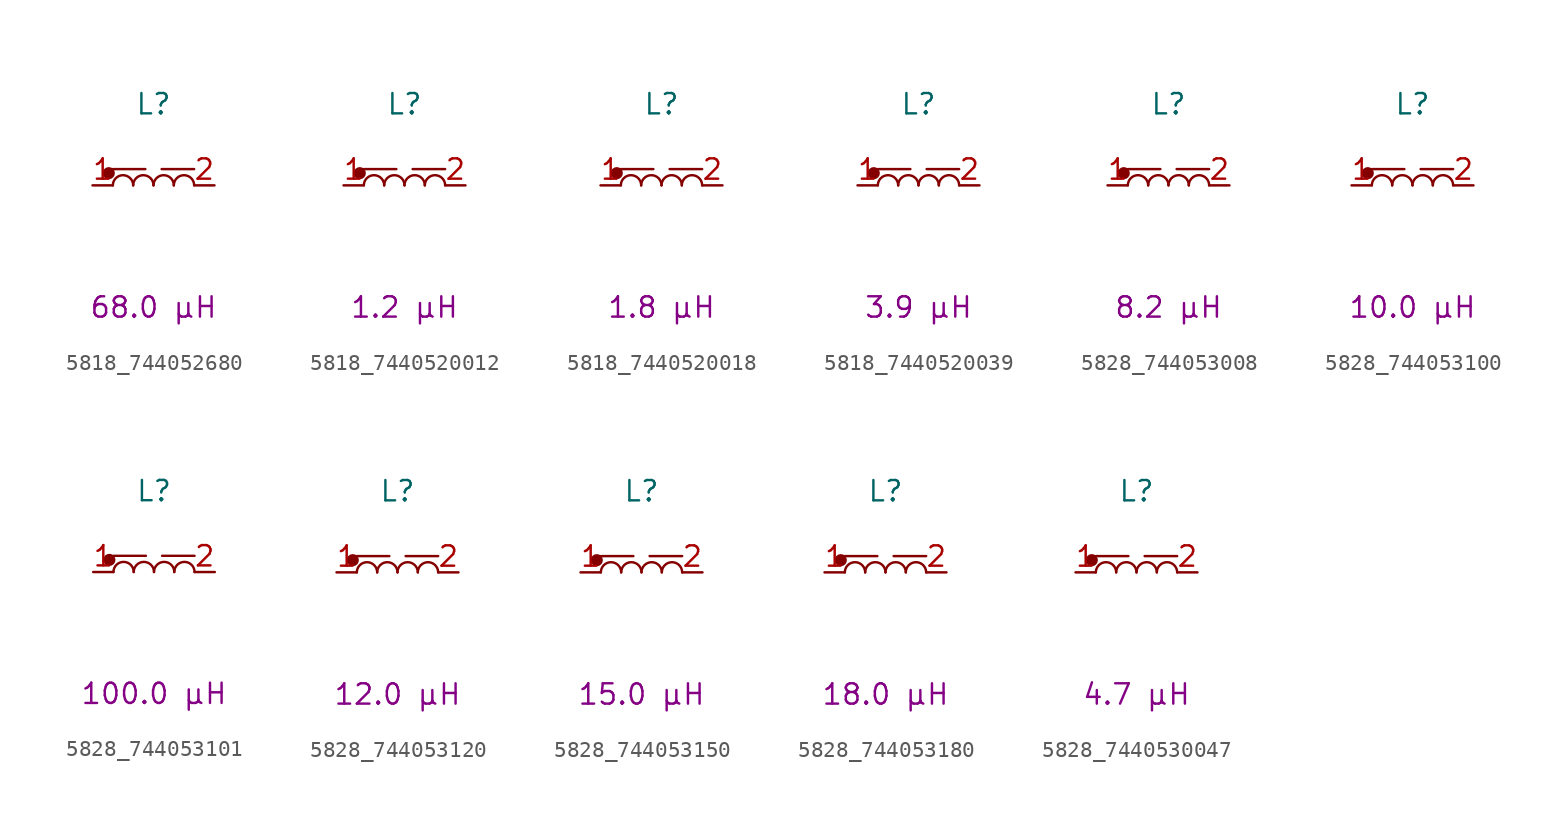
<source format=kicad_sym>
(kicad_symbol_lib
  (version 20220914)
  (generator kicad_symbol_editor)
  (symbol "5818_744052680"
    (pin_names hide)
    (property "Reference" "L"
      (at 0 5.08 0)
      (effects (font (size 1.27 1.27))))
    (property "Critical Parameter" "68.0 µH"
      (at 0 -7.62 0)
      (effects (font (size 1.27 1.27))))
    (symbol "5818_744052680_0_1"
      (arc (start -1.27 0) (mid -1.905 0.6323) (end -2.54 0) (stroke (width 0) (type default)) (fill (type none)))
      (arc (start 0 0) (mid -0.635 0.6323) (end -1.27 0) (stroke (width 0) (type default)) (fill (type none)))
      (polyline (pts (xy -2.54 1.016) (xy -0.508 1.016)) (stroke (width 0) (type default)) (fill (type none)))
      (arc (start 1.27 0) (mid 0.635 0.6323) (end 0 0) (stroke (width 0) (type default)) (fill (type none)))
      (arc (start 2.54 0) (mid 1.905 0.6323) (end 1.27 0) (stroke (width 0) (type default)) (fill (type none))))
    (symbol "5818_744052680_1_1"
      (circle (center -2.794 0.762) (radius 0.0001) (stroke (width 0.381) (type default)) (fill (type none)))
      (polyline (pts (xy 2.54 1.016) (xy 0.508 1.016)) (stroke (width 0) (type default)) (fill (type none)))
      (pin passive line (at -3.81 0 0) (length 1.27) (name "1" (effects (font (size 1.27 1.27)))) (number "1" (effects (font (size 1.27 1.27)))))
      (pin passive line (at 3.81 0 180) (length 1.27) (name "2" (effects (font (size 1.27 1.27)))) (number "2" (effects (font (size 1.27 1.27)))))))
  (symbol "5818_7440520012"
    (pin_names hide)
    (property "Reference" "L"
      (at 0 5.08 0)
      (effects (font (size 1.27 1.27))))
    (property "Critical Parameter" "1.2 µH"
      (at 0 -7.62 0)
      (effects (font (size 1.27 1.27))))
    (symbol "5818_7440520012_0_1"
      (arc (start -1.27 0) (mid -1.905 0.6323) (end -2.54 0) (stroke (width 0) (type default)) (fill (type none)))
      (arc (start 0 0) (mid -0.635 0.6323) (end -1.27 0) (stroke (width 0) (type default)) (fill (type none)))
      (polyline (pts (xy -2.54 1.016) (xy -0.508 1.016)) (stroke (width 0) (type default)) (fill (type none)))
      (arc (start 1.27 0) (mid 0.635 0.6323) (end 0 0) (stroke (width 0) (type default)) (fill (type none)))
      (arc (start 2.54 0) (mid 1.905 0.6323) (end 1.27 0) (stroke (width 0) (type default)) (fill (type none))))
    (symbol "5818_7440520012_1_1"
      (circle (center -2.794 0.762) (radius 0.0001) (stroke (width 0.381) (type default)) (fill (type none)))
      (polyline (pts (xy 2.54 1.016) (xy 0.508 1.016)) (stroke (width 0) (type default)) (fill (type none)))
      (pin passive line (at -3.81 0 0) (length 1.27) (name "1" (effects (font (size 1.27 1.27)))) (number "1" (effects (font (size 1.27 1.27)))))
      (pin passive line (at 3.81 0 180) (length 1.27) (name "2" (effects (font (size 1.27 1.27)))) (number "2" (effects (font (size 1.27 1.27)))))))
  (symbol "5818_7440520018"
    (pin_names hide)
    (property "Reference" "L"
      (at 0 5.08 0)
      (effects (font (size 1.27 1.27))))
    (property "Critical Parameter" "1.8 µH"
      (at 0 -7.62 0)
      (effects (font (size 1.27 1.27))))
    (symbol "5818_7440520018_0_1"
      (arc (start -1.27 0) (mid -1.905 0.6323) (end -2.54 0) (stroke (width 0) (type default)) (fill (type none)))
      (arc (start 0 0) (mid -0.635 0.6323) (end -1.27 0) (stroke (width 0) (type default)) (fill (type none)))
      (polyline (pts (xy -2.54 1.016) (xy -0.508 1.016)) (stroke (width 0) (type default)) (fill (type none)))
      (arc (start 1.27 0) (mid 0.635 0.6323) (end 0 0) (stroke (width 0) (type default)) (fill (type none)))
      (arc (start 2.54 0) (mid 1.905 0.6323) (end 1.27 0) (stroke (width 0) (type default)) (fill (type none))))
    (symbol "5818_7440520018_1_1"
      (circle (center -2.794 0.762) (radius 0.0001) (stroke (width 0.381) (type default)) (fill (type none)))
      (polyline (pts (xy 2.54 1.016) (xy 0.508 1.016)) (stroke (width 0) (type default)) (fill (type none)))
      (pin passive line (at -3.81 0 0) (length 1.27) (name "1" (effects (font (size 1.27 1.27)))) (number "1" (effects (font (size 1.27 1.27)))))
      (pin passive line (at 3.81 0 180) (length 1.27) (name "2" (effects (font (size 1.27 1.27)))) (number "2" (effects (font (size 1.27 1.27)))))))
  (symbol "5818_7440520039"
    (pin_names hide)
    (property "Reference" "L"
      (at 0 5.08 0)
      (effects (font (size 1.27 1.27))))
    (property "Critical Parameter" "3.9 µH"
      (at 0 -7.62 0)
      (effects (font (size 1.27 1.27))))
    (symbol "5818_7440520039_0_1"
      (arc (start -1.27 0) (mid -1.905 0.6323) (end -2.54 0) (stroke (width 0) (type default)) (fill (type none)))
      (arc (start 0 0) (mid -0.635 0.6323) (end -1.27 0) (stroke (width 0) (type default)) (fill (type none)))
      (polyline (pts (xy -2.54 1.016) (xy -0.508 1.016)) (stroke (width 0) (type default)) (fill (type none)))
      (arc (start 1.27 0) (mid 0.635 0.6323) (end 0 0) (stroke (width 0) (type default)) (fill (type none)))
      (arc (start 2.54 0) (mid 1.905 0.6323) (end 1.27 0) (stroke (width 0) (type default)) (fill (type none))))
    (symbol "5818_7440520039_1_1"
      (circle (center -2.794 0.762) (radius 0.0001) (stroke (width 0.381) (type default)) (fill (type none)))
      (polyline (pts (xy 2.54 1.016) (xy 0.508 1.016)) (stroke (width 0) (type default)) (fill (type none)))
      (pin passive line (at -3.81 0 0) (length 1.27) (name "1" (effects (font (size 1.27 1.27)))) (number "1" (effects (font (size 1.27 1.27)))))
      (pin passive line (at 3.81 0 180) (length 1.27) (name "2" (effects (font (size 1.27 1.27)))) (number "2" (effects (font (size 1.27 1.27)))))))
  (symbol "5828_744053008"
    (pin_names hide)
    (property "Reference" "L"
      (at 0 5.08 0)
      (effects (font (size 1.27 1.27))))
    (property "Critical Parameter" "8.2 µH"
      (at 0 -7.62 0)
      (effects (font (size 1.27 1.27))))
    (symbol "5828_744053008_0_1"
      (arc (start -1.27 0) (mid -1.905 0.6323) (end -2.54 0) (stroke (width 0) (type default)) (fill (type none)))
      (arc (start 0 0) (mid -0.635 0.6323) (end -1.27 0) (stroke (width 0) (type default)) (fill (type none)))
      (polyline (pts (xy -2.54 1.016) (xy -0.508 1.016)) (stroke (width 0) (type default)) (fill (type none)))
      (arc (start 1.27 0) (mid 0.635 0.6323) (end 0 0) (stroke (width 0) (type default)) (fill (type none)))
      (arc (start 2.54 0) (mid 1.905 0.6323) (end 1.27 0) (stroke (width 0) (type default)) (fill (type none))))
    (symbol "5828_744053008_1_1"
      (circle (center -2.794 0.762) (radius 0.0001) (stroke (width 0.381) (type default)) (fill (type none)))
      (polyline (pts (xy 2.54 1.016) (xy 0.508 1.016)) (stroke (width 0) (type default)) (fill (type none)))
      (pin passive line (at -3.81 0 0) (length 1.27) (name "1" (effects (font (size 1.27 1.27)))) (number "1" (effects (font (size 1.27 1.27)))))
      (pin passive line (at 3.81 0 180) (length 1.27) (name "2" (effects (font (size 1.27 1.27)))) (number "2" (effects (font (size 1.27 1.27)))))))
  (symbol "5828_744053100"
    (pin_names hide)
    (property "Reference" "L"
      (at 0 5.08 0)
      (effects (font (size 1.27 1.27))))
    (property "Critical Parameter" "10.0 µH"
      (at 0 -7.62 0)
      (effects (font (size 1.27 1.27))))
    (symbol "5828_744053100_0_1"
      (arc (start -1.27 0) (mid -1.905 0.6323) (end -2.54 0) (stroke (width 0) (type default)) (fill (type none)))
      (arc (start 0 0) (mid -0.635 0.6323) (end -1.27 0) (stroke (width 0) (type default)) (fill (type none)))
      (polyline (pts (xy -2.54 1.016) (xy -0.508 1.016)) (stroke (width 0) (type default)) (fill (type none)))
      (arc (start 1.27 0) (mid 0.635 0.6323) (end 0 0) (stroke (width 0) (type default)) (fill (type none)))
      (arc (start 2.54 0) (mid 1.905 0.6323) (end 1.27 0) (stroke (width 0) (type default)) (fill (type none))))
    (symbol "5828_744053100_1_1"
      (circle (center -2.794 0.762) (radius 0.0001) (stroke (width 0.381) (type default)) (fill (type none)))
      (polyline (pts (xy 2.54 1.016) (xy 0.508 1.016)) (stroke (width 0) (type default)) (fill (type none)))
      (pin passive line (at -3.81 0 0) (length 1.27) (name "1" (effects (font (size 1.27 1.27)))) (number "1" (effects (font (size 1.27 1.27)))))
      (pin passive line (at 3.81 0 180) (length 1.27) (name "2" (effects (font (size 1.27 1.27)))) (number "2" (effects (font (size 1.27 1.27)))))))
  (symbol "5828_744053101"
    (pin_names hide)
    (property "Reference" "L"
      (at 0 5.08 0)
      (effects (font (size 1.27 1.27))))
    (property "Critical Parameter" "100.0 µH"
      (at 0 -7.62 0)
      (effects (font (size 1.27 1.27))))
    (symbol "5828_744053101_0_1"
      (arc (start -1.27 0) (mid -1.905 0.6323) (end -2.54 0) (stroke (width 0) (type default)) (fill (type none)))
      (arc (start 0 0) (mid -0.635 0.6323) (end -1.27 0) (stroke (width 0) (type default)) (fill (type none)))
      (polyline (pts (xy -2.54 1.016) (xy -0.508 1.016)) (stroke (width 0) (type default)) (fill (type none)))
      (arc (start 1.27 0) (mid 0.635 0.6323) (end 0 0) (stroke (width 0) (type default)) (fill (type none)))
      (arc (start 2.54 0) (mid 1.905 0.6323) (end 1.27 0) (stroke (width 0) (type default)) (fill (type none))))
    (symbol "5828_744053101_1_1"
      (circle (center -2.794 0.762) (radius 0.0001) (stroke (width 0.381) (type default)) (fill (type none)))
      (polyline (pts (xy 2.54 1.016) (xy 0.508 1.016)) (stroke (width 0) (type default)) (fill (type none)))
      (pin passive line (at -3.81 0 0) (length 1.27) (name "1" (effects (font (size 1.27 1.27)))) (number "1" (effects (font (size 1.27 1.27)))))
      (pin passive line (at 3.81 0 180) (length 1.27) (name "2" (effects (font (size 1.27 1.27)))) (number "2" (effects (font (size 1.27 1.27)))))))
  (symbol "5828_744053120"
    (pin_names hide)
    (property "Reference" "L"
      (at 0 5.08 0)
      (effects (font (size 1.27 1.27))))
    (property "Critical Parameter" "12.0 µH"
      (at 0 -7.62 0)
      (effects (font (size 1.27 1.27))))
    (symbol "5828_744053120_0_1"
      (arc (start -1.27 0) (mid -1.905 0.6323) (end -2.54 0) (stroke (width 0) (type default)) (fill (type none)))
      (arc (start 0 0) (mid -0.635 0.6323) (end -1.27 0) (stroke (width 0) (type default)) (fill (type none)))
      (polyline (pts (xy -2.54 1.016) (xy -0.508 1.016)) (stroke (width 0) (type default)) (fill (type none)))
      (arc (start 1.27 0) (mid 0.635 0.6323) (end 0 0) (stroke (width 0) (type default)) (fill (type none)))
      (arc (start 2.54 0) (mid 1.905 0.6323) (end 1.27 0) (stroke (width 0) (type default)) (fill (type none))))
    (symbol "5828_744053120_1_1"
      (circle (center -2.794 0.762) (radius 0.0001) (stroke (width 0.381) (type default)) (fill (type none)))
      (polyline (pts (xy 2.54 1.016) (xy 0.508 1.016)) (stroke (width 0) (type default)) (fill (type none)))
      (pin passive line (at -3.81 0 0) (length 1.27) (name "1" (effects (font (size 1.27 1.27)))) (number "1" (effects (font (size 1.27 1.27)))))
      (pin passive line (at 3.81 0 180) (length 1.27) (name "2" (effects (font (size 1.27 1.27)))) (number "2" (effects (font (size 1.27 1.27)))))))
  (symbol "5828_744053150"
    (pin_names hide)
    (property "Reference" "L"
      (at 0 5.08 0)
      (effects (font (size 1.27 1.27))))
    (property "Critical Parameter" "15.0 µH"
      (at 0 -7.62 0)
      (effects (font (size 1.27 1.27))))
    (symbol "5828_744053150_0_1"
      (arc (start -1.27 0) (mid -1.905 0.6323) (end -2.54 0) (stroke (width 0) (type default)) (fill (type none)))
      (arc (start 0 0) (mid -0.635 0.6323) (end -1.27 0) (stroke (width 0) (type default)) (fill (type none)))
      (polyline (pts (xy -2.54 1.016) (xy -0.508 1.016)) (stroke (width 0) (type default)) (fill (type none)))
      (arc (start 1.27 0) (mid 0.635 0.6323) (end 0 0) (stroke (width 0) (type default)) (fill (type none)))
      (arc (start 2.54 0) (mid 1.905 0.6323) (end 1.27 0) (stroke (width 0) (type default)) (fill (type none))))
    (symbol "5828_744053150_1_1"
      (circle (center -2.794 0.762) (radius 0.0001) (stroke (width 0.381) (type default)) (fill (type none)))
      (polyline (pts (xy 2.54 1.016) (xy 0.508 1.016)) (stroke (width 0) (type default)) (fill (type none)))
      (pin passive line (at -3.81 0 0) (length 1.27) (name "1" (effects (font (size 1.27 1.27)))) (number "1" (effects (font (size 1.27 1.27)))))
      (pin passive line (at 3.81 0 180) (length 1.27) (name "2" (effects (font (size 1.27 1.27)))) (number "2" (effects (font (size 1.27 1.27)))))))
  (symbol "5828_744053180"
    (pin_names hide)
    (property "Reference" "L"
      (at 0 5.08 0)
      (effects (font (size 1.27 1.27))))
    (property "Critical Parameter" "18.0 µH"
      (at 0 -7.62 0)
      (effects (font (size 1.27 1.27))))
    (symbol "5828_744053180_0_1"
      (arc (start -1.27 0) (mid -1.905 0.6323) (end -2.54 0) (stroke (width 0) (type default)) (fill (type none)))
      (arc (start 0 0) (mid -0.635 0.6323) (end -1.27 0) (stroke (width 0) (type default)) (fill (type none)))
      (polyline (pts (xy -2.54 1.016) (xy -0.508 1.016)) (stroke (width 0) (type default)) (fill (type none)))
      (arc (start 1.27 0) (mid 0.635 0.6323) (end 0 0) (stroke (width 0) (type default)) (fill (type none)))
      (arc (start 2.54 0) (mid 1.905 0.6323) (end 1.27 0) (stroke (width 0) (type default)) (fill (type none))))
    (symbol "5828_744053180_1_1"
      (circle (center -2.794 0.762) (radius 0.0001) (stroke (width 0.381) (type default)) (fill (type none)))
      (polyline (pts (xy 2.54 1.016) (xy 0.508 1.016)) (stroke (width 0) (type default)) (fill (type none)))
      (pin passive line (at -3.81 0 0) (length 1.27) (name "1" (effects (font (size 1.27 1.27)))) (number "1" (effects (font (size 1.27 1.27)))))
      (pin passive line (at 3.81 0 180) (length 1.27) (name "2" (effects (font (size 1.27 1.27)))) (number "2" (effects (font (size 1.27 1.27)))))))
  (symbol "5828_7440530047"
    (pin_names hide)
    (property "Reference" "L"
      (at 0 5.08 0)
      (effects (font (size 1.27 1.27))))
    (property "Critical Parameter" "4.7 µH"
      (at 0 -7.62 0)
      (effects (font (size 1.27 1.27))))
    (symbol "5828_7440530047_0_1"
      (arc (start -1.27 0) (mid -1.905 0.6323) (end -2.54 0) (stroke (width 0) (type default)) (fill (type none)))
      (arc (start 0 0) (mid -0.635 0.6323) (end -1.27 0) (stroke (width 0) (type default)) (fill (type none)))
      (polyline (pts (xy -2.54 1.016) (xy -0.508 1.016)) (stroke (width 0) (type default)) (fill (type none)))
      (arc (start 1.27 0) (mid 0.635 0.6323) (end 0 0) (stroke (width 0) (type default)) (fill (type none)))
      (arc (start 2.54 0) (mid 1.905 0.6323) (end 1.27 0) (stroke (width 0) (type default)) (fill (type none))))
    (symbol "5828_7440530047_1_1"
      (circle (center -2.794 0.762) (radius 0.0001) (stroke (width 0.381) (type default)) (fill (type none)))
      (polyline (pts (xy 2.54 1.016) (xy 0.508 1.016)) (stroke (width 0) (type default)) (fill (type none)))
      (pin passive line (at -3.81 0 0) (length 1.27) (name "1" (effects (font (size 1.27 1.27)))) (number "1" (effects (font (size 1.27 1.27)))))
      (pin passive line (at 3.81 0 180) (length 1.27) (name "2" (effects (font (size 1.27 1.27)))) (number "2" (effects (font (size 1.27 1.27))))))))
</source>
